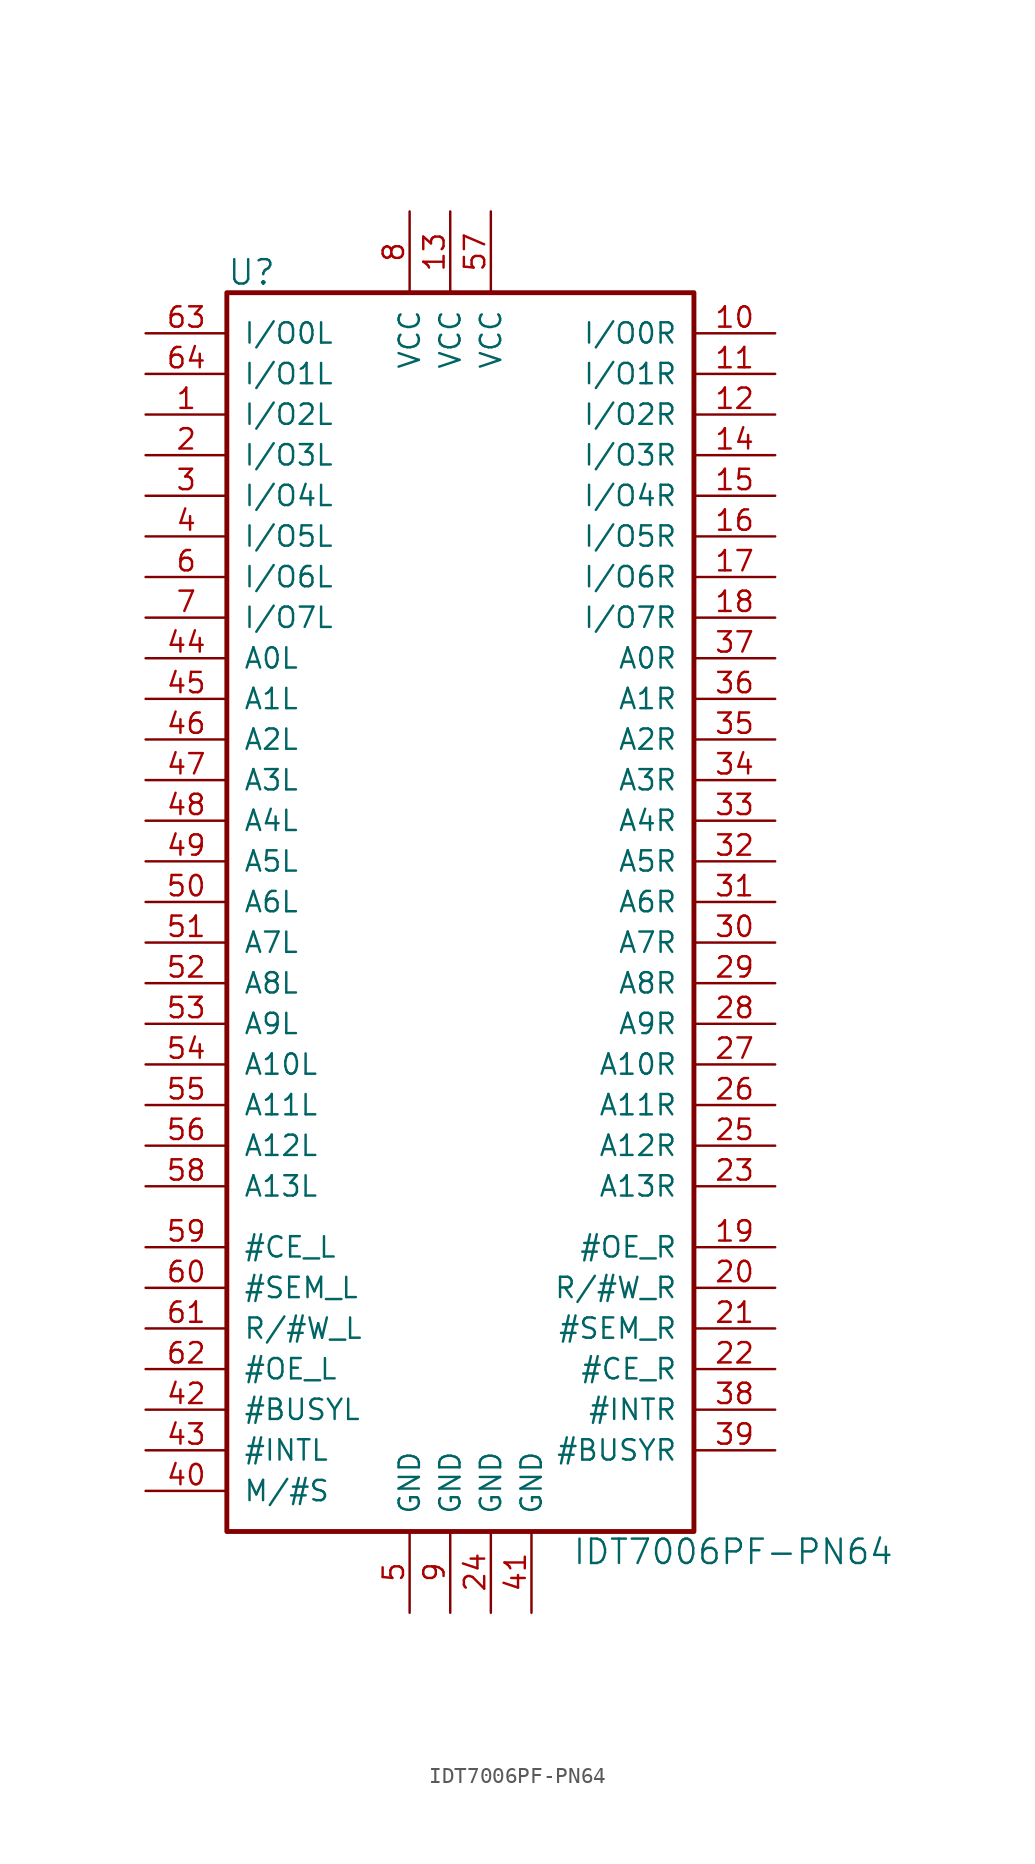
<source format=kicad_sym>
(kicad_symbol_lib
  (version 20220914)
  (generator kicad_symbol_editor)
  (symbol "IDT7006PF-PN64"
    (pin_names
      (offset 1.016))
    (property "Reference" "U"
      (at 5.08 3.81 0)
      (effects (font (size 1.524 1.524)) (justify left)))
    (property "Value" "IDT7006PF-PN64"
      (at 26.67 -76.2 0)
      (effects (font (size 1.524 1.524)) (justify left)))
    (property "ki_locked" ""
      (at 0 0 0)
      (effects (font (size 1.27 1.27))))
    (symbol "IDT7006PF-PN64_1_1"
      (rectangle (start 5.08 2.54) (end 34.29 -74.93) (stroke (width 0.305) (type solid)) (fill (type none)))
      (pin bidirectional line (at 0 -5.08 0) (length 5.08) (name "I/O2L" (effects (font (size 1.27 1.27)))) (number "1" (effects (font (size 1.27 1.27)))))
      (pin bidirectional line (at 39.37 0 180) (length 5.08) (name "I/O0R" (effects (font (size 1.27 1.27)))) (number "10" (effects (font (size 1.27 1.27)))))
      (pin bidirectional line (at 39.37 -2.54 180) (length 5.08) (name "I/O1R" (effects (font (size 1.27 1.27)))) (number "11" (effects (font (size 1.27 1.27)))))
      (pin bidirectional line (at 39.37 -5.08 180) (length 5.08) (name "I/O2R" (effects (font (size 1.27 1.27)))) (number "12" (effects (font (size 1.27 1.27)))))
      (pin power_in line (at 19.05 7.62 270) (length 5.08) (name "VCC" (effects (font (size 1.27 1.27)))) (number "13" (effects (font (size 1.27 1.27)))))
      (pin bidirectional line (at 39.37 -7.62 180) (length 5.08) (name "I/O3R" (effects (font (size 1.27 1.27)))) (number "14" (effects (font (size 1.27 1.27)))))
      (pin bidirectional line (at 39.37 -10.16 180) (length 5.08) (name "I/O4R" (effects (font (size 1.27 1.27)))) (number "15" (effects (font (size 1.27 1.27)))))
      (pin bidirectional line (at 39.37 -12.7 180) (length 5.08) (name "I/O5R" (effects (font (size 1.27 1.27)))) (number "16" (effects (font (size 1.27 1.27)))))
      (pin bidirectional line (at 39.37 -15.24 180) (length 5.08) (name "I/O6R" (effects (font (size 1.27 1.27)))) (number "17" (effects (font (size 1.27 1.27)))))
      (pin bidirectional line (at 39.37 -17.78 180) (length 5.08) (name "I/O7R" (effects (font (size 1.27 1.27)))) (number "18" (effects (font (size 1.27 1.27)))))
      (pin input line (at 39.37 -57.15 180) (length 5.08) (name "#OE_R" (effects (font (size 1.27 1.27)))) (number "19" (effects (font (size 1.27 1.27)))))
      (pin bidirectional line (at 0 -7.62 0) (length 5.08) (name "I/O3L" (effects (font (size 1.27 1.27)))) (number "2" (effects (font (size 1.27 1.27)))))
      (pin input line (at 39.37 -59.69 180) (length 5.08) (name "R/#W_R" (effects (font (size 1.27 1.27)))) (number "20" (effects (font (size 1.27 1.27)))))
      (pin input line (at 39.37 -62.23 180) (length 5.08) (name "#SEM_R" (effects (font (size 1.27 1.27)))) (number "21" (effects (font (size 1.27 1.27)))))
      (pin input line (at 39.37 -64.77 180) (length 5.08) (name "#CE_R" (effects (font (size 1.27 1.27)))) (number "22" (effects (font (size 1.27 1.27)))))
      (pin input line (at 39.37 -53.34 180) (length 5.08) (name "A13R" (effects (font (size 1.27 1.27)))) (number "23" (effects (font (size 1.27 1.27)))))
      (pin power_in line (at 21.59 -80.01 90) (length 5.08) (name "GND" (effects (font (size 1.27 1.27)))) (number "24" (effects (font (size 1.27 1.27)))))
      (pin input line (at 39.37 -50.8 180) (length 5.08) (name "A12R" (effects (font (size 1.27 1.27)))) (number "25" (effects (font (size 1.27 1.27)))))
      (pin input line (at 39.37 -48.26 180) (length 5.08) (name "A11R" (effects (font (size 1.27 1.27)))) (number "26" (effects (font (size 1.27 1.27)))))
      (pin input line (at 39.37 -45.72 180) (length 5.08) (name "A10R" (effects (font (size 1.27 1.27)))) (number "27" (effects (font (size 1.27 1.27)))))
      (pin input line (at 39.37 -43.18 180) (length 5.08) (name "A9R" (effects (font (size 1.27 1.27)))) (number "28" (effects (font (size 1.27 1.27)))))
      (pin input line (at 39.37 -40.64 180) (length 5.08) (name "A8R" (effects (font (size 1.27 1.27)))) (number "29" (effects (font (size 1.27 1.27)))))
      (pin bidirectional line (at 0 -10.16 0) (length 5.08) (name "I/O4L" (effects (font (size 1.27 1.27)))) (number "3" (effects (font (size 1.27 1.27)))))
      (pin input line (at 39.37 -38.1 180) (length 5.08) (name "A7R" (effects (font (size 1.27 1.27)))) (number "30" (effects (font (size 1.27 1.27)))))
      (pin input line (at 39.37 -35.56 180) (length 5.08) (name "A6R" (effects (font (size 1.27 1.27)))) (number "31" (effects (font (size 1.27 1.27)))))
      (pin input line (at 39.37 -33.02 180) (length 5.08) (name "A5R" (effects (font (size 1.27 1.27)))) (number "32" (effects (font (size 1.27 1.27)))))
      (pin input line (at 39.37 -30.48 180) (length 5.08) (name "A4R" (effects (font (size 1.27 1.27)))) (number "33" (effects (font (size 1.27 1.27)))))
      (pin input line (at 39.37 -27.94 180) (length 5.08) (name "A3R" (effects (font (size 1.27 1.27)))) (number "34" (effects (font (size 1.27 1.27)))))
      (pin input line (at 39.37 -25.4 180) (length 5.08) (name "A2R" (effects (font (size 1.27 1.27)))) (number "35" (effects (font (size 1.27 1.27)))))
      (pin input line (at 39.37 -22.86 180) (length 5.08) (name "A1R" (effects (font (size 1.27 1.27)))) (number "36" (effects (font (size 1.27 1.27)))))
      (pin input line (at 39.37 -20.32 180) (length 5.08) (name "A0R" (effects (font (size 1.27 1.27)))) (number "37" (effects (font (size 1.27 1.27)))))
      (pin output line (at 39.37 -67.31 180) (length 5.08) (name "#INTR" (effects (font (size 1.27 1.27)))) (number "38" (effects (font (size 1.27 1.27)))))
      (pin output line (at 39.37 -69.85 180) (length 5.08) (name "#BUSYR" (effects (font (size 1.27 1.27)))) (number "39" (effects (font (size 1.27 1.27)))))
      (pin bidirectional line (at 0 -12.7 0) (length 5.08) (name "I/O5L" (effects (font (size 1.27 1.27)))) (number "4" (effects (font (size 1.27 1.27)))))
      (pin input line (at 0 -72.39 0) (length 5.08) (name "M/#S" (effects (font (size 1.27 1.27)))) (number "40" (effects (font (size 1.27 1.27)))))
      (pin power_in line (at 24.13 -80.01 90) (length 5.08) (name "GND" (effects (font (size 1.27 1.27)))) (number "41" (effects (font (size 1.27 1.27)))))
      (pin output line (at 0 -67.31 0) (length 5.08) (name "#BUSYL" (effects (font (size 1.27 1.27)))) (number "42" (effects (font (size 1.27 1.27)))))
      (pin output line (at 0 -69.85 0) (length 5.08) (name "#INTL" (effects (font (size 1.27 1.27)))) (number "43" (effects (font (size 1.27 1.27)))))
      (pin input line (at 0 -20.32 0) (length 5.08) (name "A0L" (effects (font (size 1.27 1.27)))) (number "44" (effects (font (size 1.27 1.27)))))
      (pin input line (at 0 -22.86 0) (length 5.08) (name "A1L" (effects (font (size 1.27 1.27)))) (number "45" (effects (font (size 1.27 1.27)))))
      (pin input line (at 0 -25.4 0) (length 5.08) (name "A2L" (effects (font (size 1.27 1.27)))) (number "46" (effects (font (size 1.27 1.27)))))
      (pin input line (at 0 -27.94 0) (length 5.08) (name "A3L" (effects (font (size 1.27 1.27)))) (number "47" (effects (font (size 1.27 1.27)))))
      (pin input line (at 0 -30.48 0) (length 5.08) (name "A4L" (effects (font (size 1.27 1.27)))) (number "48" (effects (font (size 1.27 1.27)))))
      (pin input line (at 0 -33.02 0) (length 5.08) (name "A5L" (effects (font (size 1.27 1.27)))) (number "49" (effects (font (size 1.27 1.27)))))
      (pin power_in line (at 16.51 -80.01 90) (length 5.08) (name "GND" (effects (font (size 1.27 1.27)))) (number "5" (effects (font (size 1.27 1.27)))))
      (pin input line (at 0 -35.56 0) (length 5.08) (name "A6L" (effects (font (size 1.27 1.27)))) (number "50" (effects (font (size 1.27 1.27)))))
      (pin input line (at 0 -38.1 0) (length 5.08) (name "A7L" (effects (font (size 1.27 1.27)))) (number "51" (effects (font (size 1.27 1.27)))))
      (pin input line (at 0 -40.64 0) (length 5.08) (name "A8L" (effects (font (size 1.27 1.27)))) (number "52" (effects (font (size 1.27 1.27)))))
      (pin input line (at 0 -43.18 0) (length 5.08) (name "A9L" (effects (font (size 1.27 1.27)))) (number "53" (effects (font (size 1.27 1.27)))))
      (pin input line (at 0 -45.72 0) (length 5.08) (name "A10L" (effects (font (size 1.27 1.27)))) (number "54" (effects (font (size 1.27 1.27)))))
      (pin input line (at 0 -48.26 0) (length 5.08) (name "A11L" (effects (font (size 1.27 1.27)))) (number "55" (effects (font (size 1.27 1.27)))))
      (pin input line (at 0 -50.8 0) (length 5.08) (name "A12L" (effects (font (size 1.27 1.27)))) (number "56" (effects (font (size 1.27 1.27)))))
      (pin power_in line (at 21.59 7.62 270) (length 5.08) (name "VCC" (effects (font (size 1.27 1.27)))) (number "57" (effects (font (size 1.27 1.27)))))
      (pin input line (at 0 -53.34 0) (length 5.08) (name "A13L" (effects (font (size 1.27 1.27)))) (number "58" (effects (font (size 1.27 1.27)))))
      (pin input line (at 0 -57.15 0) (length 5.08) (name "#CE_L" (effects (font (size 1.27 1.27)))) (number "59" (effects (font (size 1.27 1.27)))))
      (pin bidirectional line (at 0 -15.24 0) (length 5.08) (name "I/O6L" (effects (font (size 1.27 1.27)))) (number "6" (effects (font (size 1.27 1.27)))))
      (pin input line (at 0 -59.69 0) (length 5.08) (name "#SEM_L" (effects (font (size 1.27 1.27)))) (number "60" (effects (font (size 1.27 1.27)))))
      (pin input line (at 0 -62.23 0) (length 5.08) (name "R/#W_L" (effects (font (size 1.27 1.27)))) (number "61" (effects (font (size 1.27 1.27)))))
      (pin input line (at 0 -64.77 0) (length 5.08) (name "#OE_L" (effects (font (size 1.27 1.27)))) (number "62" (effects (font (size 1.27 1.27)))))
      (pin bidirectional line (at 0 0 0) (length 5.08) (name "I/O0L" (effects (font (size 1.27 1.27)))) (number "63" (effects (font (size 1.27 1.27)))))
      (pin bidirectional line (at 0 -2.54 0) (length 5.08) (name "I/O1L" (effects (font (size 1.27 1.27)))) (number "64" (effects (font (size 1.27 1.27)))))
      (pin bidirectional line (at 0 -17.78 0) (length 5.08) (name "I/O7L" (effects (font (size 1.27 1.27)))) (number "7" (effects (font (size 1.27 1.27)))))
      (pin power_in line (at 16.51 7.62 270) (length 5.08) (name "VCC" (effects (font (size 1.27 1.27)))) (number "8" (effects (font (size 1.27 1.27)))))
      (pin power_in line (at 19.05 -80.01 90) (length 5.08) (name "GND" (effects (font (size 1.27 1.27)))) (number "9" (effects (font (size 1.27 1.27))))))))
</source>
